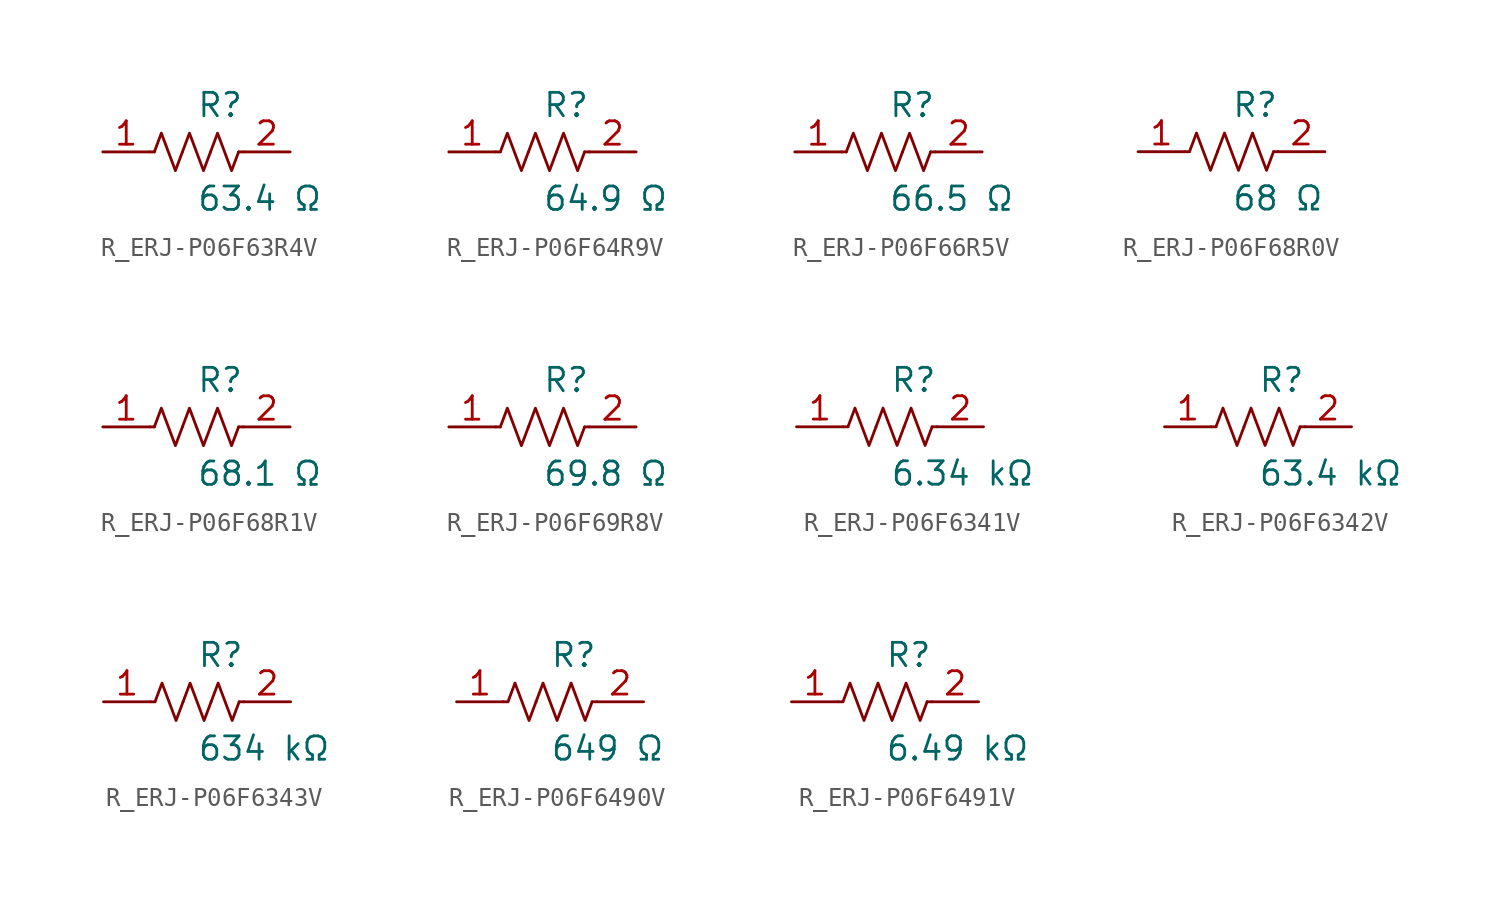
<source format=kicad_sym>
(kicad_symbol_lib
  (version 20231120)
  (generator kicad_symbol_editor)
  (generator_version 8.0)
  (symbol "R_ERJ-P06F63R4V"
    (pin_names
      (offset 0.254))
    (property "Reference" "R"
      (at 0.0 2.54 0)
      (effects (font (size 1.27 1.27)) (justify left)))
    (property "Value" "63.4 Ω"
      (at 0.0 -2.54 0)
      (effects (font (size 1.27 1.27)) (justify left)))
    (symbol "R_ERJ-P06F63R4V_0_1"
      (polyline (pts (xy 2.286 0) (xy 2.54 0)) (stroke (width 0) (type default)) (fill (type none)))
      (polyline (pts (xy -2.286 0) (xy -2.54 0)) (stroke (width 0) (type default)) (fill (type none)))
      (polyline (pts (xy 0.762 0) (xy 1.143 1.016) (xy 1.524 0) (xy 1.905 -1.016) (xy 2.286 0)) (stroke (width 0) (type default)) (fill (type none)))
      (polyline (pts (xy -0.762 0) (xy -0.381 1.016) (xy 0 0) (xy 0.381 -1.016) (xy 0.762 0)) (stroke (width 0) (type default)) (fill (type none)))
      (polyline (pts (xy -2.286 0) (xy -1.905 1.016) (xy -1.524 0) (xy -1.143 -1.016) (xy -0.762 0)) (stroke (width 0) (type default)) (fill (type none))))
    (pin unspecified line
      (at -5.08 0 0)
      (length 2.54)
      (name "" (effects (font (size 1.27 1.27))))
      (number "1" (effects (font (size 1.27 1.27)))))
    (pin unspecified line
      (at 5.08 0 180)
      (length 2.54)
      (name "" (effects (font (size 1.27 1.27))))
      (number "2" (effects (font (size 1.27 1.27))))))
  (symbol "R_ERJ-P06F64R9V"
    (pin_names
      (offset 0.254))
    (property "Reference" "R"
      (at 0.0 2.54 0)
      (effects (font (size 1.27 1.27)) (justify left)))
    (property "Value" "64.9 Ω"
      (at 0.0 -2.54 0)
      (effects (font (size 1.27 1.27)) (justify left)))
    (symbol "R_ERJ-P06F64R9V_0_1"
      (polyline (pts (xy 2.286 0) (xy 2.54 0)) (stroke (width 0) (type default)) (fill (type none)))
      (polyline (pts (xy -2.286 0) (xy -2.54 0)) (stroke (width 0) (type default)) (fill (type none)))
      (polyline (pts (xy 0.762 0) (xy 1.143 1.016) (xy 1.524 0) (xy 1.905 -1.016) (xy 2.286 0)) (stroke (width 0) (type default)) (fill (type none)))
      (polyline (pts (xy -0.762 0) (xy -0.381 1.016) (xy 0 0) (xy 0.381 -1.016) (xy 0.762 0)) (stroke (width 0) (type default)) (fill (type none)))
      (polyline (pts (xy -2.286 0) (xy -1.905 1.016) (xy -1.524 0) (xy -1.143 -1.016) (xy -0.762 0)) (stroke (width 0) (type default)) (fill (type none))))
    (pin unspecified line
      (at -5.08 0 0)
      (length 2.54)
      (name "" (effects (font (size 1.27 1.27))))
      (number "1" (effects (font (size 1.27 1.27)))))
    (pin unspecified line
      (at 5.08 0 180)
      (length 2.54)
      (name "" (effects (font (size 1.27 1.27))))
      (number "2" (effects (font (size 1.27 1.27))))))
  (symbol "R_ERJ-P06F66R5V"
    (pin_names
      (offset 0.254))
    (property "Reference" "R"
      (at 0.0 2.54 0)
      (effects (font (size 1.27 1.27)) (justify left)))
    (property "Value" "66.5 Ω"
      (at 0.0 -2.54 0)
      (effects (font (size 1.27 1.27)) (justify left)))
    (symbol "R_ERJ-P06F66R5V_0_1"
      (polyline (pts (xy 2.286 0) (xy 2.54 0)) (stroke (width 0) (type default)) (fill (type none)))
      (polyline (pts (xy -2.286 0) (xy -2.54 0)) (stroke (width 0) (type default)) (fill (type none)))
      (polyline (pts (xy 0.762 0) (xy 1.143 1.016) (xy 1.524 0) (xy 1.905 -1.016) (xy 2.286 0)) (stroke (width 0) (type default)) (fill (type none)))
      (polyline (pts (xy -0.762 0) (xy -0.381 1.016) (xy 0 0) (xy 0.381 -1.016) (xy 0.762 0)) (stroke (width 0) (type default)) (fill (type none)))
      (polyline (pts (xy -2.286 0) (xy -1.905 1.016) (xy -1.524 0) (xy -1.143 -1.016) (xy -0.762 0)) (stroke (width 0) (type default)) (fill (type none))))
    (pin unspecified line
      (at -5.08 0 0)
      (length 2.54)
      (name "" (effects (font (size 1.27 1.27))))
      (number "1" (effects (font (size 1.27 1.27)))))
    (pin unspecified line
      (at 5.08 0 180)
      (length 2.54)
      (name "" (effects (font (size 1.27 1.27))))
      (number "2" (effects (font (size 1.27 1.27))))))
  (symbol "R_ERJ-P06F68R0V"
    (pin_names
      (offset 0.254))
    (property "Reference" "R"
      (at 0.0 2.54 0)
      (effects (font (size 1.27 1.27)) (justify left)))
    (property "Value" "68 Ω"
      (at 0.0 -2.54 0)
      (effects (font (size 1.27 1.27)) (justify left)))
    (symbol "R_ERJ-P06F68R0V_0_1"
      (polyline (pts (xy 2.286 0) (xy 2.54 0)) (stroke (width 0) (type default)) (fill (type none)))
      (polyline (pts (xy -2.286 0) (xy -2.54 0)) (stroke (width 0) (type default)) (fill (type none)))
      (polyline (pts (xy 0.762 0) (xy 1.143 1.016) (xy 1.524 0) (xy 1.905 -1.016) (xy 2.286 0)) (stroke (width 0) (type default)) (fill (type none)))
      (polyline (pts (xy -0.762 0) (xy -0.381 1.016) (xy 0 0) (xy 0.381 -1.016) (xy 0.762 0)) (stroke (width 0) (type default)) (fill (type none)))
      (polyline (pts (xy -2.286 0) (xy -1.905 1.016) (xy -1.524 0) (xy -1.143 -1.016) (xy -0.762 0)) (stroke (width 0) (type default)) (fill (type none))))
    (pin unspecified line
      (at -5.08 0 0)
      (length 2.54)
      (name "" (effects (font (size 1.27 1.27))))
      (number "1" (effects (font (size 1.27 1.27)))))
    (pin unspecified line
      (at 5.08 0 180)
      (length 2.54)
      (name "" (effects (font (size 1.27 1.27))))
      (number "2" (effects (font (size 1.27 1.27))))))
  (symbol "R_ERJ-P06F68R1V"
    (pin_names
      (offset 0.254))
    (property "Reference" "R"
      (at 0.0 2.54 0)
      (effects (font (size 1.27 1.27)) (justify left)))
    (property "Value" "68.1 Ω"
      (at 0.0 -2.54 0)
      (effects (font (size 1.27 1.27)) (justify left)))
    (symbol "R_ERJ-P06F68R1V_0_1"
      (polyline (pts (xy 2.286 0) (xy 2.54 0)) (stroke (width 0) (type default)) (fill (type none)))
      (polyline (pts (xy -2.286 0) (xy -2.54 0)) (stroke (width 0) (type default)) (fill (type none)))
      (polyline (pts (xy 0.762 0) (xy 1.143 1.016) (xy 1.524 0) (xy 1.905 -1.016) (xy 2.286 0)) (stroke (width 0) (type default)) (fill (type none)))
      (polyline (pts (xy -0.762 0) (xy -0.381 1.016) (xy 0 0) (xy 0.381 -1.016) (xy 0.762 0)) (stroke (width 0) (type default)) (fill (type none)))
      (polyline (pts (xy -2.286 0) (xy -1.905 1.016) (xy -1.524 0) (xy -1.143 -1.016) (xy -0.762 0)) (stroke (width 0) (type default)) (fill (type none))))
    (pin unspecified line
      (at -5.08 0 0)
      (length 2.54)
      (name "" (effects (font (size 1.27 1.27))))
      (number "1" (effects (font (size 1.27 1.27)))))
    (pin unspecified line
      (at 5.08 0 180)
      (length 2.54)
      (name "" (effects (font (size 1.27 1.27))))
      (number "2" (effects (font (size 1.27 1.27))))))
  (symbol "R_ERJ-P06F69R8V"
    (pin_names
      (offset 0.254))
    (property "Reference" "R"
      (at 0.0 2.54 0)
      (effects (font (size 1.27 1.27)) (justify left)))
    (property "Value" "69.8 Ω"
      (at 0.0 -2.54 0)
      (effects (font (size 1.27 1.27)) (justify left)))
    (symbol "R_ERJ-P06F69R8V_0_1"
      (polyline (pts (xy 2.286 0) (xy 2.54 0)) (stroke (width 0) (type default)) (fill (type none)))
      (polyline (pts (xy -2.286 0) (xy -2.54 0)) (stroke (width 0) (type default)) (fill (type none)))
      (polyline (pts (xy 0.762 0) (xy 1.143 1.016) (xy 1.524 0) (xy 1.905 -1.016) (xy 2.286 0)) (stroke (width 0) (type default)) (fill (type none)))
      (polyline (pts (xy -0.762 0) (xy -0.381 1.016) (xy 0 0) (xy 0.381 -1.016) (xy 0.762 0)) (stroke (width 0) (type default)) (fill (type none)))
      (polyline (pts (xy -2.286 0) (xy -1.905 1.016) (xy -1.524 0) (xy -1.143 -1.016) (xy -0.762 0)) (stroke (width 0) (type default)) (fill (type none))))
    (pin unspecified line
      (at -5.08 0 0)
      (length 2.54)
      (name "" (effects (font (size 1.27 1.27))))
      (number "1" (effects (font (size 1.27 1.27)))))
    (pin unspecified line
      (at 5.08 0 180)
      (length 2.54)
      (name "" (effects (font (size 1.27 1.27))))
      (number "2" (effects (font (size 1.27 1.27))))))
  (symbol "R_ERJ-P06F6341V"
    (pin_names
      (offset 0.254))
    (property "Reference" "R"
      (at 0.0 2.54 0)
      (effects (font (size 1.27 1.27)) (justify left)))
    (property "Value" "6.34 kΩ"
      (at 0.0 -2.54 0)
      (effects (font (size 1.27 1.27)) (justify left)))
    (symbol "R_ERJ-P06F6341V_0_1"
      (polyline (pts (xy 2.286 0) (xy 2.54 0)) (stroke (width 0) (type default)) (fill (type none)))
      (polyline (pts (xy -2.286 0) (xy -2.54 0)) (stroke (width 0) (type default)) (fill (type none)))
      (polyline (pts (xy 0.762 0) (xy 1.143 1.016) (xy 1.524 0) (xy 1.905 -1.016) (xy 2.286 0)) (stroke (width 0) (type default)) (fill (type none)))
      (polyline (pts (xy -0.762 0) (xy -0.381 1.016) (xy 0 0) (xy 0.381 -1.016) (xy 0.762 0)) (stroke (width 0) (type default)) (fill (type none)))
      (polyline (pts (xy -2.286 0) (xy -1.905 1.016) (xy -1.524 0) (xy -1.143 -1.016) (xy -0.762 0)) (stroke (width 0) (type default)) (fill (type none))))
    (pin unspecified line
      (at -5.08 0 0)
      (length 2.54)
      (name "" (effects (font (size 1.27 1.27))))
      (number "1" (effects (font (size 1.27 1.27)))))
    (pin unspecified line
      (at 5.08 0 180)
      (length 2.54)
      (name "" (effects (font (size 1.27 1.27))))
      (number "2" (effects (font (size 1.27 1.27))))))
  (symbol "R_ERJ-P06F6342V"
    (pin_names
      (offset 0.254))
    (property "Reference" "R"
      (at 0.0 2.54 0)
      (effects (font (size 1.27 1.27)) (justify left)))
    (property "Value" "63.4 kΩ"
      (at 0.0 -2.54 0)
      (effects (font (size 1.27 1.27)) (justify left)))
    (symbol "R_ERJ-P06F6342V_0_1"
      (polyline (pts (xy 2.286 0) (xy 2.54 0)) (stroke (width 0) (type default)) (fill (type none)))
      (polyline (pts (xy -2.286 0) (xy -2.54 0)) (stroke (width 0) (type default)) (fill (type none)))
      (polyline (pts (xy 0.762 0) (xy 1.143 1.016) (xy 1.524 0) (xy 1.905 -1.016) (xy 2.286 0)) (stroke (width 0) (type default)) (fill (type none)))
      (polyline (pts (xy -0.762 0) (xy -0.381 1.016) (xy 0 0) (xy 0.381 -1.016) (xy 0.762 0)) (stroke (width 0) (type default)) (fill (type none)))
      (polyline (pts (xy -2.286 0) (xy -1.905 1.016) (xy -1.524 0) (xy -1.143 -1.016) (xy -0.762 0)) (stroke (width 0) (type default)) (fill (type none))))
    (pin unspecified line
      (at -5.08 0 0)
      (length 2.54)
      (name "" (effects (font (size 1.27 1.27))))
      (number "1" (effects (font (size 1.27 1.27)))))
    (pin unspecified line
      (at 5.08 0 180)
      (length 2.54)
      (name "" (effects (font (size 1.27 1.27))))
      (number "2" (effects (font (size 1.27 1.27))))))
  (symbol "R_ERJ-P06F6343V"
    (pin_names
      (offset 0.254))
    (property "Reference" "R"
      (at 0.0 2.54 0)
      (effects (font (size 1.27 1.27)) (justify left)))
    (property "Value" "634 kΩ"
      (at 0.0 -2.54 0)
      (effects (font (size 1.27 1.27)) (justify left)))
    (symbol "R_ERJ-P06F6343V_0_1"
      (polyline (pts (xy 2.286 0) (xy 2.54 0)) (stroke (width 0) (type default)) (fill (type none)))
      (polyline (pts (xy -2.286 0) (xy -2.54 0)) (stroke (width 0) (type default)) (fill (type none)))
      (polyline (pts (xy 0.762 0) (xy 1.143 1.016) (xy 1.524 0) (xy 1.905 -1.016) (xy 2.286 0)) (stroke (width 0) (type default)) (fill (type none)))
      (polyline (pts (xy -0.762 0) (xy -0.381 1.016) (xy 0 0) (xy 0.381 -1.016) (xy 0.762 0)) (stroke (width 0) (type default)) (fill (type none)))
      (polyline (pts (xy -2.286 0) (xy -1.905 1.016) (xy -1.524 0) (xy -1.143 -1.016) (xy -0.762 0)) (stroke (width 0) (type default)) (fill (type none))))
    (pin unspecified line
      (at -5.08 0 0)
      (length 2.54)
      (name "" (effects (font (size 1.27 1.27))))
      (number "1" (effects (font (size 1.27 1.27)))))
    (pin unspecified line
      (at 5.08 0 180)
      (length 2.54)
      (name "" (effects (font (size 1.27 1.27))))
      (number "2" (effects (font (size 1.27 1.27))))))
  (symbol "R_ERJ-P06F6490V"
    (pin_names
      (offset 0.254))
    (property "Reference" "R"
      (at 0.0 2.54 0)
      (effects (font (size 1.27 1.27)) (justify left)))
    (property "Value" "649 Ω"
      (at 0.0 -2.54 0)
      (effects (font (size 1.27 1.27)) (justify left)))
    (symbol "R_ERJ-P06F6490V_0_1"
      (polyline (pts (xy 2.286 0) (xy 2.54 0)) (stroke (width 0) (type default)) (fill (type none)))
      (polyline (pts (xy -2.286 0) (xy -2.54 0)) (stroke (width 0) (type default)) (fill (type none)))
      (polyline (pts (xy 0.762 0) (xy 1.143 1.016) (xy 1.524 0) (xy 1.905 -1.016) (xy 2.286 0)) (stroke (width 0) (type default)) (fill (type none)))
      (polyline (pts (xy -0.762 0) (xy -0.381 1.016) (xy 0 0) (xy 0.381 -1.016) (xy 0.762 0)) (stroke (width 0) (type default)) (fill (type none)))
      (polyline (pts (xy -2.286 0) (xy -1.905 1.016) (xy -1.524 0) (xy -1.143 -1.016) (xy -0.762 0)) (stroke (width 0) (type default)) (fill (type none))))
    (pin unspecified line
      (at -5.08 0 0)
      (length 2.54)
      (name "" (effects (font (size 1.27 1.27))))
      (number "1" (effects (font (size 1.27 1.27)))))
    (pin unspecified line
      (at 5.08 0 180)
      (length 2.54)
      (name "" (effects (font (size 1.27 1.27))))
      (number "2" (effects (font (size 1.27 1.27))))))
  (symbol "R_ERJ-P06F6491V"
    (pin_names
      (offset 0.254))
    (property "Reference" "R"
      (at 0.0 2.54 0)
      (effects (font (size 1.27 1.27)) (justify left)))
    (property "Value" "6.49 kΩ"
      (at 0.0 -2.54 0)
      (effects (font (size 1.27 1.27)) (justify left)))
    (symbol "R_ERJ-P06F6491V_0_1"
      (polyline (pts (xy 2.286 0) (xy 2.54 0)) (stroke (width 0) (type default)) (fill (type none)))
      (polyline (pts (xy -2.286 0) (xy -2.54 0)) (stroke (width 0) (type default)) (fill (type none)))
      (polyline (pts (xy 0.762 0) (xy 1.143 1.016) (xy 1.524 0) (xy 1.905 -1.016) (xy 2.286 0)) (stroke (width 0) (type default)) (fill (type none)))
      (polyline (pts (xy -0.762 0) (xy -0.381 1.016) (xy 0 0) (xy 0.381 -1.016) (xy 0.762 0)) (stroke (width 0) (type default)) (fill (type none)))
      (polyline (pts (xy -2.286 0) (xy -1.905 1.016) (xy -1.524 0) (xy -1.143 -1.016) (xy -0.762 0)) (stroke (width 0) (type default)) (fill (type none))))
    (pin unspecified line
      (at -5.08 0 0)
      (length 2.54)
      (name "" (effects (font (size 1.27 1.27))))
      (number "1" (effects (font (size 1.27 1.27)))))
    (pin unspecified line
      (at 5.08 0 180)
      (length 2.54)
      (name "" (effects (font (size 1.27 1.27))))
      (number "2" (effects (font (size 1.27 1.27)))))))
</source>
